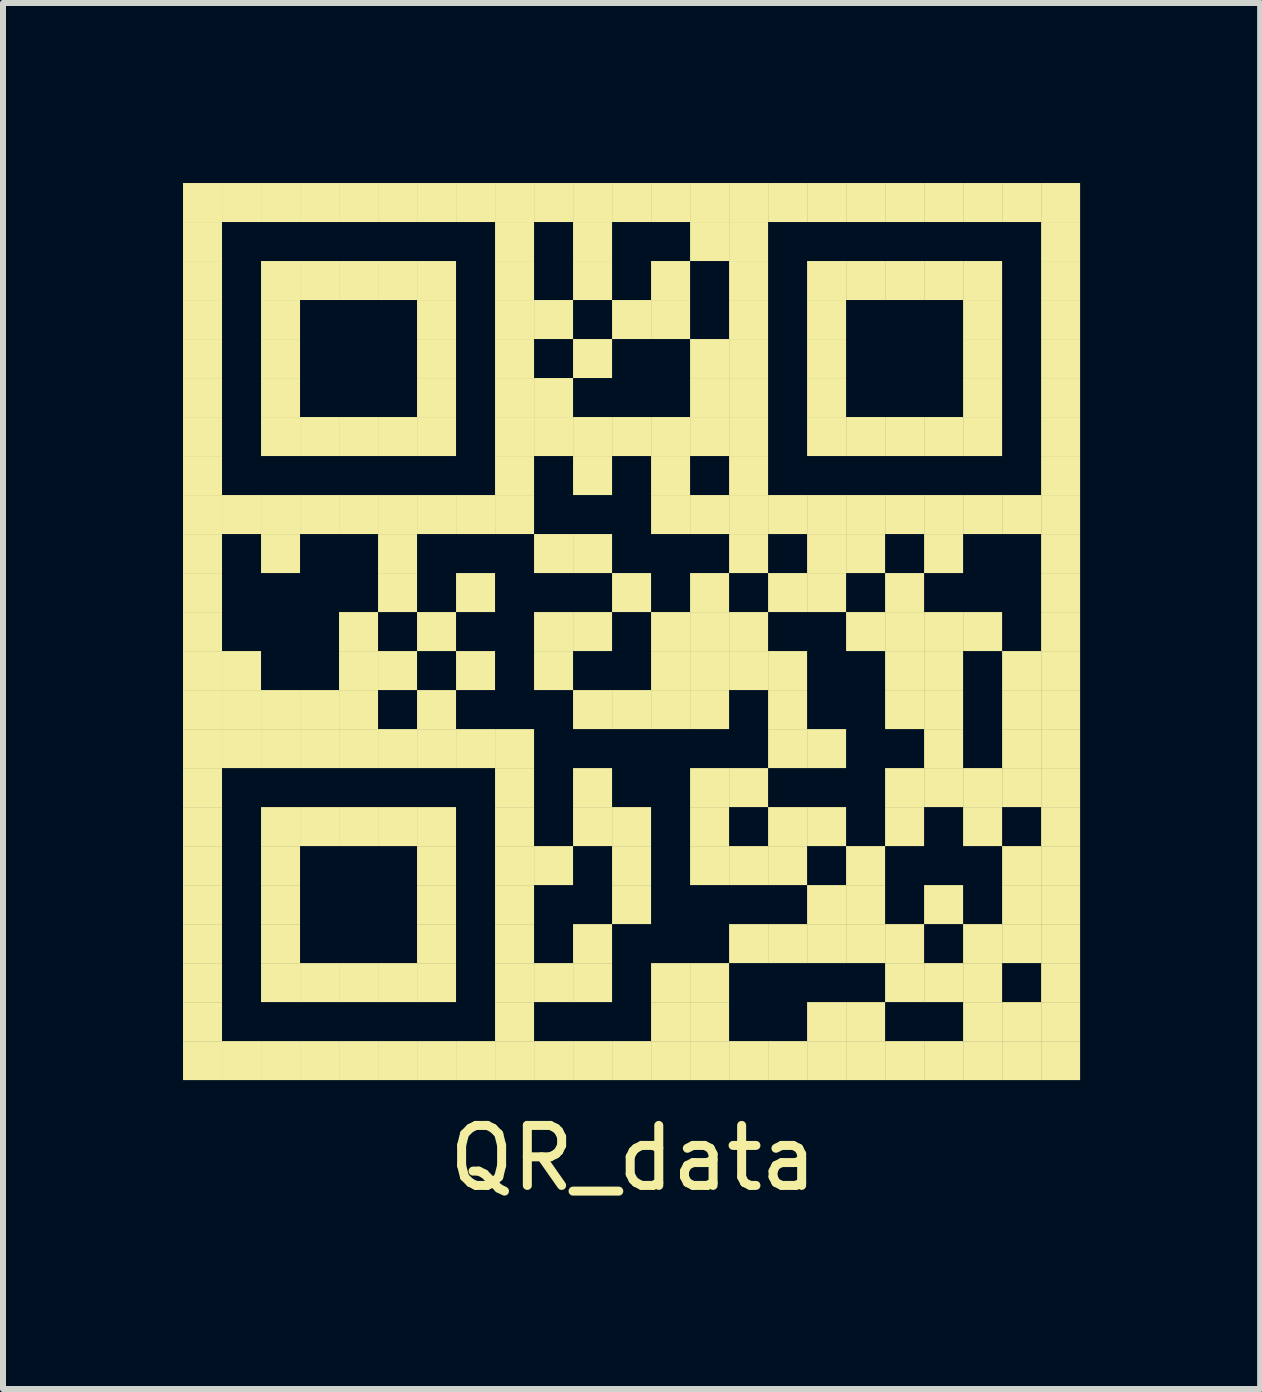
<source format=kicad_pcb>
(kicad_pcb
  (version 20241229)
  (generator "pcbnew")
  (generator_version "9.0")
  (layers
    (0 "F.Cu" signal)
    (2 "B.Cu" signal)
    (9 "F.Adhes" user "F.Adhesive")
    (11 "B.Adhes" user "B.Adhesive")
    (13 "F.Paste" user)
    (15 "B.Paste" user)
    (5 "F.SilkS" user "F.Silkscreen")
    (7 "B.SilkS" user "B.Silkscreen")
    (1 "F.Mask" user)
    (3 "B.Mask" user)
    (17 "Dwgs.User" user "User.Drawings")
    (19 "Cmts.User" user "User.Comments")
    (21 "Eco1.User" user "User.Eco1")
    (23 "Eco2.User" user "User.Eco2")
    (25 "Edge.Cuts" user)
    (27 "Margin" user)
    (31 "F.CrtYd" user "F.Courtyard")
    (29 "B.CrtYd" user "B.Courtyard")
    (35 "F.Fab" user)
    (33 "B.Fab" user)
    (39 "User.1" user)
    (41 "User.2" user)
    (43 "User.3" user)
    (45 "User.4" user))
  (footprint "QR_data"
    (layer "F.Cu")
    (at 7.5 7.5)
    (property "Reference" "QR_data" (at 0 8.75 0) (layer "F.SilkS") (effects (font (size 1 1) (thickness 0.15))))
    (attr exclude_from_pos_files exclude_from_bom allow_missing_courtyard)
    (fp_poly (pts (xy -7.5 -7.5) (xy -7.5 -6.85) (xy -6.85 -6.85) (xy -6.85 -7.5)) (stroke (width 0) (type solid)) (fill yes) (layer "F.SilkS"))
    (fp_poly (pts (xy -7.5 -6.85) (xy -7.5 -6.2) (xy -6.85 -6.2) (xy -6.85 -6.85)) (stroke (width 0) (type solid)) (fill yes) (layer "F.SilkS"))
    (fp_poly (pts (xy -7.5 -6.2) (xy -7.5 -5.55) (xy -6.85 -5.55) (xy -6.85 -6.2)) (stroke (width 0) (type solid)) (fill yes) (layer "F.SilkS"))
    (fp_poly (pts (xy -7.5 -5.55) (xy -7.5 -4.9) (xy -6.85 -4.9) (xy -6.85 -5.55)) (stroke (width 0) (type solid)) (fill yes) (layer "F.SilkS"))
    (fp_poly (pts (xy -7.5 -4.9) (xy -7.5 -4.25) (xy -6.85 -4.25) (xy -6.85 -4.9)) (stroke (width 0) (type solid)) (fill yes) (layer "F.SilkS"))
    (fp_poly (pts (xy -7.5 -4.25) (xy -7.5 -3.6) (xy -6.85 -3.6) (xy -6.85 -4.25)) (stroke (width 0) (type solid)) (fill yes) (layer "F.SilkS"))
    (fp_poly (pts (xy -7.5 -3.6) (xy -7.5 -2.95) (xy -6.85 -2.95) (xy -6.85 -3.6)) (stroke (width 0) (type solid)) (fill yes) (layer "F.SilkS"))
    (fp_poly (pts (xy -7.5 -2.95) (xy -7.5 -2.3) (xy -6.85 -2.3) (xy -6.85 -2.95)) (stroke (width 0) (type solid)) (fill yes) (layer "F.SilkS"))
    (fp_poly (pts (xy -7.5 -2.3) (xy -7.5 -1.65) (xy -6.85 -1.65) (xy -6.85 -2.3)) (stroke (width 0) (type solid)) (fill yes) (layer "F.SilkS"))
    (fp_poly (pts (xy -7.5 -1.65) (xy -7.5 -1) (xy -6.85 -1) (xy -6.85 -1.65)) (stroke (width 0) (type solid)) (fill yes) (layer "F.SilkS"))
    (fp_poly (pts (xy -7.5 -1) (xy -7.5 -0.35) (xy -6.85 -0.35) (xy -6.85 -1)) (stroke (width 0) (type solid)) (fill yes) (layer "F.SilkS"))
    (fp_poly (pts (xy -7.5 -0.35) (xy -7.5 0.3) (xy -6.85 0.3) (xy -6.85 -0.35)) (stroke (width 0) (type solid)) (fill yes) (layer "F.SilkS"))
    (fp_poly (pts (xy -7.5 0.3) (xy -7.5 0.95) (xy -6.85 0.95) (xy -6.85 0.3)) (stroke (width 0) (type solid)) (fill yes) (layer "F.SilkS"))
    (fp_poly (pts (xy -7.5 0.95) (xy -7.5 1.6) (xy -6.85 1.6) (xy -6.85 0.95)) (stroke (width 0) (type solid)) (fill yes) (layer "F.SilkS"))
    (fp_poly (pts (xy -7.5 1.6) (xy -7.5 2.25) (xy -6.85 2.25) (xy -6.85 1.6)) (stroke (width 0) (type solid)) (fill yes) (layer "F.SilkS"))
    (fp_poly (pts (xy -7.5 2.25) (xy -7.5 2.9) (xy -6.85 2.9) (xy -6.85 2.25)) (stroke (width 0) (type solid)) (fill yes) (layer "F.SilkS"))
    (fp_poly (pts (xy -7.5 2.9) (xy -7.5 3.55) (xy -6.85 3.55) (xy -6.85 2.9)) (stroke (width 0) (type solid)) (fill yes) (layer "F.SilkS"))
    (fp_poly (pts (xy -7.5 3.55) (xy -7.5 4.2) (xy -6.85 4.2) (xy -6.85 3.55)) (stroke (width 0) (type solid)) (fill yes) (layer "F.SilkS"))
    (fp_poly (pts (xy -7.5 4.2) (xy -7.5 4.85) (xy -6.85 4.85) (xy -6.85 4.2)) (stroke (width 0) (type solid)) (fill yes) (layer "F.SilkS"))
    (fp_poly (pts (xy -7.5 4.85) (xy -7.5 5.5) (xy -6.85 5.5) (xy -6.85 4.85)) (stroke (width 0) (type solid)) (fill yes) (layer "F.SilkS"))
    (fp_poly (pts (xy -7.5 5.5) (xy -7.5 6.15) (xy -6.85 6.15) (xy -6.85 5.5)) (stroke (width 0) (type solid)) (fill yes) (layer "F.SilkS"))
    (fp_poly (pts (xy -7.5 6.15) (xy -7.5 6.8) (xy -6.85 6.8) (xy -6.85 6.15)) (stroke (width 0) (type solid)) (fill yes) (layer "F.SilkS"))
    (fp_poly (pts (xy -7.5 6.8) (xy -7.5 7.45) (xy -6.85 7.45) (xy -6.85 6.8)) (stroke (width 0) (type solid)) (fill yes) (layer "F.SilkS"))
    (fp_poly (pts (xy -6.85 -7.5) (xy -6.85 -6.85) (xy -6.2 -6.85) (xy -6.2 -7.5)) (stroke (width 0) (type solid)) (fill yes) (layer "F.SilkS"))
    (fp_poly (pts (xy -6.85 -2.3) (xy -6.85 -1.65) (xy -6.2 -1.65) (xy -6.2 -2.3)) (stroke (width 0) (type solid)) (fill yes) (layer "F.SilkS"))
    (fp_poly (pts (xy -6.85 0.3) (xy -6.85 0.95) (xy -6.2 0.95) (xy -6.2 0.3)) (stroke (width 0) (type solid)) (fill yes) (layer "F.SilkS"))
    (fp_poly (pts (xy -6.85 0.95) (xy -6.85 1.6) (xy -6.2 1.6) (xy -6.2 0.95)) (stroke (width 0) (type solid)) (fill yes) (layer "F.SilkS"))
    (fp_poly (pts (xy -6.85 1.6) (xy -6.85 2.25) (xy -6.2 2.25) (xy -6.2 1.6)) (stroke (width 0) (type solid)) (fill yes) (layer "F.SilkS"))
    (fp_poly (pts (xy -6.85 6.8) (xy -6.85 7.45) (xy -6.2 7.45) (xy -6.2 6.8)) (stroke (width 0) (type solid)) (fill yes) (layer "F.SilkS"))
    (fp_poly (pts (xy -6.2 -7.5) (xy -6.2 -6.85) (xy -5.55 -6.85) (xy -5.55 -7.5)) (stroke (width 0) (type solid)) (fill yes) (layer "F.SilkS"))
    (fp_poly (pts (xy -6.2 -6.2) (xy -6.2 -5.55) (xy -5.55 -5.55) (xy -5.55 -6.2)) (stroke (width 0) (type solid)) (fill yes) (layer "F.SilkS"))
    (fp_poly (pts (xy -6.2 -5.55) (xy -6.2 -4.9) (xy -5.55 -4.9) (xy -5.55 -5.55)) (stroke (width 0) (type solid)) (fill yes) (layer "F.SilkS"))
    (fp_poly (pts (xy -6.2 -4.9) (xy -6.2 -4.25) (xy -5.55 -4.25) (xy -5.55 -4.9)) (stroke (width 0) (type solid)) (fill yes) (layer "F.SilkS"))
    (fp_poly (pts (xy -6.2 -4.25) (xy -6.2 -3.6) (xy -5.55 -3.6) (xy -5.55 -4.25)) (stroke (width 0) (type solid)) (fill yes) (layer "F.SilkS"))
    (fp_poly (pts (xy -6.2 -3.6) (xy -6.2 -2.95) (xy -5.55 -2.95) (xy -5.55 -3.6)) (stroke (width 0) (type solid)) (fill yes) (layer "F.SilkS"))
    (fp_poly (pts (xy -6.2 -2.3) (xy -6.2 -1.65) (xy -5.55 -1.65) (xy -5.55 -2.3)) (stroke (width 0) (type solid)) (fill yes) (layer "F.SilkS"))
    (fp_poly (pts (xy -6.2 -1.65) (xy -6.2 -1) (xy -5.55 -1) (xy -5.55 -1.65)) (stroke (width 0) (type solid)) (fill yes) (layer "F.SilkS"))
    (fp_poly (pts (xy -6.2 0.95) (xy -6.2 1.6) (xy -5.55 1.6) (xy -5.55 0.95)) (stroke (width 0) (type solid)) (fill yes) (layer "F.SilkS"))
    (fp_poly (pts (xy -6.2 1.6) (xy -6.2 2.25) (xy -5.55 2.25) (xy -5.55 1.6)) (stroke (width 0) (type solid)) (fill yes) (layer "F.SilkS"))
    (fp_poly (pts (xy -6.2 2.9) (xy -6.2 3.55) (xy -5.55 3.55) (xy -5.55 2.9)) (stroke (width 0) (type solid)) (fill yes) (layer "F.SilkS"))
    (fp_poly (pts (xy -6.2 3.55) (xy -6.2 4.2) (xy -5.55 4.2) (xy -5.55 3.55)) (stroke (width 0) (type solid)) (fill yes) (layer "F.SilkS"))
    (fp_poly (pts (xy -6.2 4.2) (xy -6.2 4.85) (xy -5.55 4.85) (xy -5.55 4.2)) (stroke (width 0) (type solid)) (fill yes) (layer "F.SilkS"))
    (fp_poly (pts (xy -6.2 4.85) (xy -6.2 5.5) (xy -5.55 5.5) (xy -5.55 4.85)) (stroke (width 0) (type solid)) (fill yes) (layer "F.SilkS"))
    (fp_poly (pts (xy -6.2 5.5) (xy -6.2 6.15) (xy -5.55 6.15) (xy -5.55 5.5)) (stroke (width 0) (type solid)) (fill yes) (layer "F.SilkS"))
    (fp_poly (pts (xy -6.2 6.8) (xy -6.2 7.45) (xy -5.55 7.45) (xy -5.55 6.8)) (stroke (width 0) (type solid)) (fill yes) (layer "F.SilkS"))
    (fp_poly (pts (xy -5.55 -7.5) (xy -5.55 -6.85) (xy -4.9 -6.85) (xy -4.9 -7.5)) (stroke (width 0) (type solid)) (fill yes) (layer "F.SilkS"))
    (fp_poly (pts (xy -5.55 -6.2) (xy -5.55 -5.55) (xy -4.9 -5.55) (xy -4.9 -6.2)) (stroke (width 0) (type solid)) (fill yes) (layer "F.SilkS"))
    (fp_poly (pts (xy -5.55 -3.6) (xy -5.55 -2.95) (xy -4.9 -2.95) (xy -4.9 -3.6)) (stroke (width 0) (type solid)) (fill yes) (layer "F.SilkS"))
    (fp_poly (pts (xy -5.55 -2.3) (xy -5.55 -1.65) (xy -4.9 -1.65) (xy -4.9 -2.3)) (stroke (width 0) (type solid)) (fill yes) (layer "F.SilkS"))
    (fp_poly (pts (xy -5.55 0.95) (xy -5.55 1.6) (xy -4.9 1.6) (xy -4.9 0.95)) (stroke (width 0) (type solid)) (fill yes) (layer "F.SilkS"))
    (fp_poly (pts (xy -5.55 1.6) (xy -5.55 2.25) (xy -4.9 2.25) (xy -4.9 1.6)) (stroke (width 0) (type solid)) (fill yes) (layer "F.SilkS"))
    (fp_poly (pts (xy -5.55 2.9) (xy -5.55 3.55) (xy -4.9 3.55) (xy -4.9 2.9)) (stroke (width 0) (type solid)) (fill yes) (layer "F.SilkS"))
    (fp_poly (pts (xy -5.55 5.5) (xy -5.55 6.15) (xy -4.9 6.15) (xy -4.9 5.5)) (stroke (width 0) (type solid)) (fill yes) (layer "F.SilkS"))
    (fp_poly (pts (xy -5.55 6.8) (xy -5.55 7.45) (xy -4.9 7.45) (xy -4.9 6.8)) (stroke (width 0) (type solid)) (fill yes) (layer "F.SilkS"))
    (fp_poly (pts (xy -4.9 -7.5) (xy -4.9 -6.85) (xy -4.25 -6.85) (xy -4.25 -7.5)) (stroke (width 0) (type solid)) (fill yes) (layer "F.SilkS"))
    (fp_poly (pts (xy -4.9 -6.2) (xy -4.9 -5.55) (xy -4.25 -5.55) (xy -4.25 -6.2)) (stroke (width 0) (type solid)) (fill yes) (layer "F.SilkS"))
    (fp_poly (pts (xy -4.9 -3.6) (xy -4.9 -2.95) (xy -4.25 -2.95) (xy -4.25 -3.6)) (stroke (width 0) (type solid)) (fill yes) (layer "F.SilkS"))
    (fp_poly (pts (xy -4.9 -2.3) (xy -4.9 -1.65) (xy -4.25 -1.65) (xy -4.25 -2.3)) (stroke (width 0) (type solid)) (fill yes) (layer "F.SilkS"))
    (fp_poly (pts (xy -4.9 -0.35) (xy -4.9 0.3) (xy -4.25 0.3) (xy -4.25 -0.35)) (stroke (width 0) (type solid)) (fill yes) (layer "F.SilkS"))
    (fp_poly (pts (xy -4.9 0.3) (xy -4.9 0.95) (xy -4.25 0.95) (xy -4.25 0.3)) (stroke (width 0) (type solid)) (fill yes) (layer "F.SilkS"))
    (fp_poly (pts (xy -4.9 0.95) (xy -4.9 1.6) (xy -4.25 1.6) (xy -4.25 0.95)) (stroke (width 0) (type solid)) (fill yes) (layer "F.SilkS"))
    (fp_poly (pts (xy -4.9 1.6) (xy -4.9 2.25) (xy -4.25 2.25) (xy -4.25 1.6)) (stroke (width 0) (type solid)) (fill yes) (layer "F.SilkS"))
    (fp_poly (pts (xy -4.9 2.9) (xy -4.9 3.55) (xy -4.25 3.55) (xy -4.25 2.9)) (stroke (width 0) (type solid)) (fill yes) (layer "F.SilkS"))
    (fp_poly (pts (xy -4.9 5.5) (xy -4.9 6.15) (xy -4.25 6.15) (xy -4.25 5.5)) (stroke (width 0) (type solid)) (fill yes) (layer "F.SilkS"))
    (fp_poly (pts (xy -4.9 6.8) (xy -4.9 7.45) (xy -4.25 7.45) (xy -4.25 6.8)) (stroke (width 0) (type solid)) (fill yes) (layer "F.SilkS"))
    (fp_poly (pts (xy -4.25 -7.5) (xy -4.25 -6.85) (xy -3.6 -6.85) (xy -3.6 -7.5)) (stroke (width 0) (type solid)) (fill yes) (layer "F.SilkS"))
    (fp_poly (pts (xy -4.25 -6.2) (xy -4.25 -5.55) (xy -3.6 -5.55) (xy -3.6 -6.2)) (stroke (width 0) (type solid)) (fill yes) (layer "F.SilkS"))
    (fp_poly (pts (xy -4.25 -3.6) (xy -4.25 -2.95) (xy -3.6 -2.95) (xy -3.6 -3.6)) (stroke (width 0) (type solid)) (fill yes) (layer "F.SilkS"))
    (fp_poly (pts (xy -4.25 -2.3) (xy -4.25 -1.65) (xy -3.6 -1.65) (xy -3.6 -2.3)) (stroke (width 0) (type solid)) (fill yes) (layer "F.SilkS"))
    (fp_poly (pts (xy -4.25 -1.65) (xy -4.25 -1) (xy -3.6 -1) (xy -3.6 -1.65)) (stroke (width 0) (type solid)) (fill yes) (layer "F.SilkS"))
    (fp_poly (pts (xy -4.25 -1) (xy -4.25 -0.35) (xy -3.6 -0.35) (xy -3.6 -1)) (stroke (width 0) (type solid)) (fill yes) (layer "F.SilkS"))
    (fp_poly (pts (xy -4.25 0.3) (xy -4.25 0.95) (xy -3.6 0.95) (xy -3.6 0.3)) (stroke (width 0) (type solid)) (fill yes) (layer "F.SilkS"))
    (fp_poly (pts (xy -4.25 1.6) (xy -4.25 2.25) (xy -3.6 2.25) (xy -3.6 1.6)) (stroke (width 0) (type solid)) (fill yes) (layer "F.SilkS"))
    (fp_poly (pts (xy -4.25 2.9) (xy -4.25 3.55) (xy -3.6 3.55) (xy -3.6 2.9)) (stroke (width 0) (type solid)) (fill yes) (layer "F.SilkS"))
    (fp_poly (pts (xy -4.25 5.5) (xy -4.25 6.15) (xy -3.6 6.15) (xy -3.6 5.5)) (stroke (width 0) (type solid)) (fill yes) (layer "F.SilkS"))
    (fp_poly (pts (xy -4.25 6.8) (xy -4.25 7.45) (xy -3.6 7.45) (xy -3.6 6.8)) (stroke (width 0) (type solid)) (fill yes) (layer "F.SilkS"))
    (fp_poly (pts (xy -3.6 -7.5) (xy -3.6 -6.85) (xy -2.95 -6.85) (xy -2.95 -7.5)) (stroke (width 0) (type solid)) (fill yes) (layer "F.SilkS"))
    (fp_poly (pts (xy -3.6 -6.2) (xy -3.6 -5.55) (xy -2.95 -5.55) (xy -2.95 -6.2)) (stroke (width 0) (type solid)) (fill yes) (layer "F.SilkS"))
    (fp_poly (pts (xy -3.6 -5.55) (xy -3.6 -4.9) (xy -2.95 -4.9) (xy -2.95 -5.55)) (stroke (width 0) (type solid)) (fill yes) (layer "F.SilkS"))
    (fp_poly (pts (xy -3.6 -4.9) (xy -3.6 -4.25) (xy -2.95 -4.25) (xy -2.95 -4.9)) (stroke (width 0) (type solid)) (fill yes) (layer "F.SilkS"))
    (fp_poly (pts (xy -3.6 -4.25) (xy -3.6 -3.6) (xy -2.95 -3.6) (xy -2.95 -4.25)) (stroke (width 0) (type solid)) (fill yes) (layer "F.SilkS"))
    (fp_poly (pts (xy -3.6 -3.6) (xy -3.6 -2.95) (xy -2.95 -2.95) (xy -2.95 -3.6)) (stroke (width 0) (type solid)) (fill yes) (layer "F.SilkS"))
    (fp_poly (pts (xy -3.6 -2.3) (xy -3.6 -1.65) (xy -2.95 -1.65) (xy -2.95 -2.3)) (stroke (width 0) (type solid)) (fill yes) (layer "F.SilkS"))
    (fp_poly (pts (xy -3.6 -0.35) (xy -3.6 0.3) (xy -2.95 0.3) (xy -2.95 -0.35)) (stroke (width 0) (type solid)) (fill yes) (layer "F.SilkS"))
    (fp_poly (pts (xy -3.6 0.95) (xy -3.6 1.6) (xy -2.95 1.6) (xy -2.95 0.95)) (stroke (width 0) (type solid)) (fill yes) (layer "F.SilkS"))
    (fp_poly (pts (xy -3.6 1.6) (xy -3.6 2.25) (xy -2.95 2.25) (xy -2.95 1.6)) (stroke (width 0) (type solid)) (fill yes) (layer "F.SilkS"))
    (fp_poly (pts (xy -3.6 2.9) (xy -3.6 3.55) (xy -2.95 3.55) (xy -2.95 2.9)) (stroke (width 0) (type solid)) (fill yes) (layer "F.SilkS"))
    (fp_poly (pts (xy -3.6 3.55) (xy -3.6 4.2) (xy -2.95 4.2) (xy -2.95 3.55)) (stroke (width 0) (type solid)) (fill yes) (layer "F.SilkS"))
    (fp_poly (pts (xy -3.6 4.2) (xy -3.6 4.85) (xy -2.95 4.85) (xy -2.95 4.2)) (stroke (width 0) (type solid)) (fill yes) (layer "F.SilkS"))
    (fp_poly (pts (xy -3.6 4.85) (xy -3.6 5.5) (xy -2.95 5.5) (xy -2.95 4.85)) (stroke (width 0) (type solid)) (fill yes) (layer "F.SilkS"))
    (fp_poly (pts (xy -3.6 5.5) (xy -3.6 6.15) (xy -2.95 6.15) (xy -2.95 5.5)) (stroke (width 0) (type solid)) (fill yes) (layer "F.SilkS"))
    (fp_poly (pts (xy -3.6 6.8) (xy -3.6 7.45) (xy -2.95 7.45) (xy -2.95 6.8)) (stroke (width 0) (type solid)) (fill yes) (layer "F.SilkS"))
    (fp_poly (pts (xy -2.95 -7.5) (xy -2.95 -6.85) (xy -2.3 -6.85) (xy -2.3 -7.5)) (stroke (width 0) (type solid)) (fill yes) (layer "F.SilkS"))
    (fp_poly (pts (xy -2.95 -2.3) (xy -2.95 -1.65) (xy -2.3 -1.65) (xy -2.3 -2.3)) (stroke (width 0) (type solid)) (fill yes) (layer "F.SilkS"))
    (fp_poly (pts (xy -2.95 -1) (xy -2.95 -0.35) (xy -2.3 -0.35) (xy -2.3 -1)) (stroke (width 0) (type solid)) (fill yes) (layer "F.SilkS"))
    (fp_poly (pts (xy -2.95 0.3) (xy -2.95 0.95) (xy -2.3 0.95) (xy -2.3 0.3)) (stroke (width 0) (type solid)) (fill yes) (layer "F.SilkS"))
    (fp_poly (pts (xy -2.95 1.6) (xy -2.95 2.25) (xy -2.3 2.25) (xy -2.3 1.6)) (stroke (width 0) (type solid)) (fill yes) (layer "F.SilkS"))
    (fp_poly (pts (xy -2.95 6.8) (xy -2.95 7.45) (xy -2.3 7.45) (xy -2.3 6.8)) (stroke (width 0) (type solid)) (fill yes) (layer "F.SilkS"))
    (fp_poly (pts (xy -2.3 -7.5) (xy -2.3 -6.85) (xy -1.65 -6.85) (xy -1.65 -7.5)) (stroke (width 0) (type solid)) (fill yes) (layer "F.SilkS"))
    (fp_poly (pts (xy -2.3 -6.85) (xy -2.3 -6.2) (xy -1.65 -6.2) (xy -1.65 -6.85)) (stroke (width 0) (type solid)) (fill yes) (layer "F.SilkS"))
    (fp_poly (pts (xy -2.3 -6.2) (xy -2.3 -5.55) (xy -1.65 -5.55) (xy -1.65 -6.2)) (stroke (width 0) (type solid)) (fill yes) (layer "F.SilkS"))
    (fp_poly (pts (xy -2.3 -5.55) (xy -2.3 -4.9) (xy -1.65 -4.9) (xy -1.65 -5.55)) (stroke (width 0) (type solid)) (fill yes) (layer "F.SilkS"))
    (fp_poly (pts (xy -2.3 -4.9) (xy -2.3 -4.25) (xy -1.65 -4.25) (xy -1.65 -4.9)) (stroke (width 0) (type solid)) (fill yes) (layer "F.SilkS"))
    (fp_poly (pts (xy -2.3 -4.25) (xy -2.3 -3.6) (xy -1.65 -3.6) (xy -1.65 -4.25)) (stroke (width 0) (type solid)) (fill yes) (layer "F.SilkS"))
    (fp_poly (pts (xy -2.3 -3.6) (xy -2.3 -2.95) (xy -1.65 -2.95) (xy -1.65 -3.6)) (stroke (width 0) (type solid)) (fill yes) (layer "F.SilkS"))
    (fp_poly (pts (xy -2.3 -2.95) (xy -2.3 -2.3) (xy -1.65 -2.3) (xy -1.65 -2.95)) (stroke (width 0) (type solid)) (fill yes) (layer "F.SilkS"))
    (fp_poly (pts (xy -2.3 -2.3) (xy -2.3 -1.65) (xy -1.65 -1.65) (xy -1.65 -2.3)) (stroke (width 0) (type solid)) (fill yes) (layer "F.SilkS"))
    (fp_poly (pts (xy -2.3 1.6) (xy -2.3 2.25) (xy -1.65 2.25) (xy -1.65 1.6)) (stroke (width 0) (type solid)) (fill yes) (layer "F.SilkS"))
    (fp_poly (pts (xy -2.3 2.25) (xy -2.3 2.9) (xy -1.65 2.9) (xy -1.65 2.25)) (stroke (width 0) (type solid)) (fill yes) (layer "F.SilkS"))
    (fp_poly (pts (xy -2.3 2.9) (xy -2.3 3.55) (xy -1.65 3.55) (xy -1.65 2.9)) (stroke (width 0) (type solid)) (fill yes) (layer "F.SilkS"))
    (fp_poly (pts (xy -2.3 3.55) (xy -2.3 4.2) (xy -1.65 4.2) (xy -1.65 3.55)) (stroke (width 0) (type solid)) (fill yes) (layer "F.SilkS"))
    (fp_poly (pts (xy -2.3 4.2) (xy -2.3 4.85) (xy -1.65 4.85) (xy -1.65 4.2)) (stroke (width 0) (type solid)) (fill yes) (layer "F.SilkS"))
    (fp_poly (pts (xy -2.3 4.85) (xy -2.3 5.5) (xy -1.65 5.5) (xy -1.65 4.85)) (stroke (width 0) (type solid)) (fill yes) (layer "F.SilkS"))
    (fp_poly (pts (xy -2.3 5.5) (xy -2.3 6.15) (xy -1.65 6.15) (xy -1.65 5.5)) (stroke (width 0) (type solid)) (fill yes) (layer "F.SilkS"))
    (fp_poly (pts (xy -2.3 6.15) (xy -2.3 6.8) (xy -1.65 6.8) (xy -1.65 6.15)) (stroke (width 0) (type solid)) (fill yes) (layer "F.SilkS"))
    (fp_poly (pts (xy -2.3 6.8) (xy -2.3 7.45) (xy -1.65 7.45) (xy -1.65 6.8)) (stroke (width 0) (type solid)) (fill yes) (layer "F.SilkS"))
    (fp_poly (pts (xy -1.65 -7.5) (xy -1.65 -6.85) (xy -1 -6.85) (xy -1 -7.5)) (stroke (width 0) (type solid)) (fill yes) (layer "F.SilkS"))
    (fp_poly (pts (xy -1.65 -5.55) (xy -1.65 -4.9) (xy -1 -4.9) (xy -1 -5.55)) (stroke (width 0) (type solid)) (fill yes) (layer "F.SilkS"))
    (fp_poly (pts (xy -1.65 -4.25) (xy -1.65 -3.6) (xy -1 -3.6) (xy -1 -4.25)) (stroke (width 0) (type solid)) (fill yes) (layer "F.SilkS"))
    (fp_poly (pts (xy -1.65 -3.6) (xy -1.65 -2.95) (xy -1 -2.95) (xy -1 -3.6)) (stroke (width 0) (type solid)) (fill yes) (layer "F.SilkS"))
    (fp_poly (pts (xy -1.65 -1.65) (xy -1.65 -1) (xy -1 -1) (xy -1 -1.65)) (stroke (width 0) (type solid)) (fill yes) (layer "F.SilkS"))
    (fp_poly (pts (xy -1.65 -0.35) (xy -1.65 0.3) (xy -1 0.3) (xy -1 -0.35)) (stroke (width 0) (type solid)) (fill yes) (layer "F.SilkS"))
    (fp_poly (pts (xy -1.65 0.3) (xy -1.65 0.95) (xy -1 0.95) (xy -1 0.3)) (stroke (width 0) (type solid)) (fill yes) (layer "F.SilkS"))
    (fp_poly (pts (xy -1.65 3.55) (xy -1.65 4.2) (xy -1 4.2) (xy -1 3.55)) (stroke (width 0) (type solid)) (fill yes) (layer "F.SilkS"))
    (fp_poly (pts (xy -1.65 5.5) (xy -1.65 6.15) (xy -1 6.15) (xy -1 5.5)) (stroke (width 0) (type solid)) (fill yes) (layer "F.SilkS"))
    (fp_poly (pts (xy -1.65 6.8) (xy -1.65 7.45) (xy -1 7.45) (xy -1 6.8)) (stroke (width 0) (type solid)) (fill yes) (layer "F.SilkS"))
    (fp_poly (pts (xy -1 -7.5) (xy -1 -6.85) (xy -0.35 -6.85) (xy -0.35 -7.5)) (stroke (width 0) (type solid)) (fill yes) (layer "F.SilkS"))
    (fp_poly (pts (xy -1 -6.85) (xy -1 -6.2) (xy -0.35 -6.2) (xy -0.35 -6.85)) (stroke (width 0) (type solid)) (fill yes) (layer "F.SilkS"))
    (fp_poly (pts (xy -1 -6.2) (xy -1 -5.55) (xy -0.35 -5.55) (xy -0.35 -6.2)) (stroke (width 0) (type solid)) (fill yes) (layer "F.SilkS"))
    (fp_poly (pts (xy -1 -4.9) (xy -1 -4.25) (xy -0.35 -4.25) (xy -0.35 -4.9)) (stroke (width 0) (type solid)) (fill yes) (layer "F.SilkS"))
    (fp_poly (pts (xy -1 -3.6) (xy -1 -2.95) (xy -0.35 -2.95) (xy -0.35 -3.6)) (stroke (width 0) (type solid)) (fill yes) (layer "F.SilkS"))
    (fp_poly (pts (xy -1 -2.95) (xy -1 -2.3) (xy -0.35 -2.3) (xy -0.35 -2.95)) (stroke (width 0) (type solid)) (fill yes) (layer "F.SilkS"))
    (fp_poly (pts (xy -1 -1.65) (xy -1 -1) (xy -0.35 -1) (xy -0.35 -1.65)) (stroke (width 0) (type solid)) (fill yes) (layer "F.SilkS"))
    (fp_poly (pts (xy -1 -0.35) (xy -1 0.3) (xy -0.35 0.3) (xy -0.35 -0.35)) (stroke (width 0) (type solid)) (fill yes) (layer "F.SilkS"))
    (fp_poly (pts (xy -1 0.95) (xy -1 1.6) (xy -0.35 1.6) (xy -0.35 0.95)) (stroke (width 0) (type solid)) (fill yes) (layer "F.SilkS"))
    (fp_poly (pts (xy -1 2.25) (xy -1 2.9) (xy -0.35 2.9) (xy -0.35 2.25)) (stroke (width 0) (type solid)) (fill yes) (layer "F.SilkS"))
    (fp_poly (pts (xy -1 2.9) (xy -1 3.55) (xy -0.35 3.55) (xy -0.35 2.9)) (stroke (width 0) (type solid)) (fill yes) (layer "F.SilkS"))
    (fp_poly (pts (xy -1 4.85) (xy -1 5.5) (xy -0.35 5.5) (xy -0.35 4.85)) (stroke (width 0) (type solid)) (fill yes) (layer "F.SilkS"))
    (fp_poly (pts (xy -1 5.5) (xy -1 6.15) (xy -0.35 6.15) (xy -0.35 5.5)) (stroke (width 0) (type solid)) (fill yes) (layer "F.SilkS"))
    (fp_poly (pts (xy -1 6.8) (xy -1 7.45) (xy -0.35 7.45) (xy -0.35 6.8)) (stroke (width 0) (type solid)) (fill yes) (layer "F.SilkS"))
    (fp_poly (pts (xy -0.35 -7.5) (xy -0.35 -6.85) (xy 0.3 -6.85) (xy 0.3 -7.5)) (stroke (width 0) (type solid)) (fill yes) (layer "F.SilkS"))
    (fp_poly (pts (xy -0.35 -5.55) (xy -0.35 -4.9) (xy 0.3 -4.9) (xy 0.3 -5.55)) (stroke (width 0) (type solid)) (fill yes) (layer "F.SilkS"))
    (fp_poly (pts (xy -0.35 -3.6) (xy -0.35 -2.95) (xy 0.3 -2.95) (xy 0.3 -3.6)) (stroke (width 0) (type solid)) (fill yes) (layer "F.SilkS"))
    (fp_poly (pts (xy -0.35 -1) (xy -0.35 -0.35) (xy 0.3 -0.35) (xy 0.3 -1)) (stroke (width 0) (type solid)) (fill yes) (layer "F.SilkS"))
    (fp_poly (pts (xy -0.35 0.95) (xy -0.35 1.6) (xy 0.3 1.6) (xy 0.3 0.95)) (stroke (width 0) (type solid)) (fill yes) (layer "F.SilkS"))
    (fp_poly (pts (xy -0.35 2.9) (xy -0.35 3.55) (xy 0.3 3.55) (xy 0.3 2.9)) (stroke (width 0) (type solid)) (fill yes) (layer "F.SilkS"))
    (fp_poly (pts (xy -0.35 3.55) (xy -0.35 4.2) (xy 0.3 4.2) (xy 0.3 3.55)) (stroke (width 0) (type solid)) (fill yes) (layer "F.SilkS"))
    (fp_poly (pts (xy -0.35 4.2) (xy -0.35 4.85) (xy 0.3 4.85) (xy 0.3 4.2)) (stroke (width 0) (type solid)) (fill yes) (layer "F.SilkS"))
    (fp_poly (pts (xy -0.35 6.8) (xy -0.35 7.45) (xy 0.3 7.45) (xy 0.3 6.8)) (stroke (width 0) (type solid)) (fill yes) (layer "F.SilkS"))
    (fp_poly (pts (xy 0.3 -7.5) (xy 0.3 -6.85) (xy 0.95 -6.85) (xy 0.95 -7.5)) (stroke (width 0) (type solid)) (fill yes) (layer "F.SilkS"))
    (fp_poly (pts (xy 0.3 -6.2) (xy 0.3 -5.55) (xy 0.95 -5.55) (xy 0.95 -6.2)) (stroke (width 0) (type solid)) (fill yes) (layer "F.SilkS"))
    (fp_poly (pts (xy 0.3 -5.55) (xy 0.3 -4.9) (xy 0.95 -4.9) (xy 0.95 -5.55)) (stroke (width 0) (type solid)) (fill yes) (layer "F.SilkS"))
    (fp_poly (pts (xy 0.3 -3.6) (xy 0.3 -2.95) (xy 0.95 -2.95) (xy 0.95 -3.6)) (stroke (width 0) (type solid)) (fill yes) (layer "F.SilkS"))
    (fp_poly (pts (xy 0.3 -2.95) (xy 0.3 -2.3) (xy 0.95 -2.3) (xy 0.95 -2.95)) (stroke (width 0) (type solid)) (fill yes) (layer "F.SilkS"))
    (fp_poly (pts (xy 0.3 -2.3) (xy 0.3 -1.65) (xy 0.95 -1.65) (xy 0.95 -2.3)) (stroke (width 0) (type solid)) (fill yes) (layer "F.SilkS"))
    (fp_poly (pts (xy 0.3 -0.35) (xy 0.3 0.3) (xy 0.95 0.3) (xy 0.95 -0.35)) (stroke (width 0) (type solid)) (fill yes) (layer "F.SilkS"))
    (fp_poly (pts (xy 0.3 0.3) (xy 0.3 0.95) (xy 0.95 0.95) (xy 0.95 0.3)) (stroke (width 0) (type solid)) (fill yes) (layer "F.SilkS"))
    (fp_poly (pts (xy 0.3 0.95) (xy 0.3 1.6) (xy 0.95 1.6) (xy 0.95 0.95)) (stroke (width 0) (type solid)) (fill yes) (layer "F.SilkS"))
    (fp_poly (pts (xy 0.3 5.5) (xy 0.3 6.15) (xy 0.95 6.15) (xy 0.95 5.5)) (stroke (width 0) (type solid)) (fill yes) (layer "F.SilkS"))
    (fp_poly (pts (xy 0.3 6.15) (xy 0.3 6.8) (xy 0.95 6.8) (xy 0.95 6.15)) (stroke (width 0) (type solid)) (fill yes) (layer "F.SilkS"))
    (fp_poly (pts (xy 0.3 6.8) (xy 0.3 7.45) (xy 0.95 7.45) (xy 0.95 6.8)) (stroke (width 0) (type solid)) (fill yes) (layer "F.SilkS"))
    (fp_poly (pts (xy 0.95 -7.5) (xy 0.95 -6.85) (xy 1.6 -6.85) (xy 1.6 -7.5)) (stroke (width 0) (type solid)) (fill yes) (layer "F.SilkS"))
    (fp_poly (pts (xy 0.95 -6.85) (xy 0.95 -6.2) (xy 1.6 -6.2) (xy 1.6 -6.85)) (stroke (width 0) (type solid)) (fill yes) (layer "F.SilkS"))
    (fp_poly (pts (xy 0.95 -4.9) (xy 0.95 -4.25) (xy 1.6 -4.25) (xy 1.6 -4.9)) (stroke (width 0) (type solid)) (fill yes) (layer "F.SilkS"))
    (fp_poly (pts (xy 0.95 -4.25) (xy 0.95 -3.6) (xy 1.6 -3.6) (xy 1.6 -4.25)) (stroke (width 0) (type solid)) (fill yes) (layer "F.SilkS"))
    (fp_poly (pts (xy 0.95 -3.6) (xy 0.95 -2.95) (xy 1.6 -2.95) (xy 1.6 -3.6)) (stroke (width 0) (type solid)) (fill yes) (layer "F.SilkS"))
    (fp_poly (pts (xy 0.95 -2.3) (xy 0.95 -1.65) (xy 1.6 -1.65) (xy 1.6 -2.3)) (stroke (width 0) (type solid)) (fill yes) (layer "F.SilkS"))
    (fp_poly (pts (xy 0.95 -1) (xy 0.95 -0.35) (xy 1.6 -0.35) (xy 1.6 -1)) (stroke (width 0) (type solid)) (fill yes) (layer "F.SilkS"))
    (fp_poly (pts (xy 0.95 -0.35) (xy 0.95 0.3) (xy 1.6 0.3) (xy 1.6 -0.35)) (stroke (width 0) (type solid)) (fill yes) (layer "F.SilkS"))
    (fp_poly (pts (xy 0.95 0.3) (xy 0.95 0.95) (xy 1.6 0.95) (xy 1.6 0.3)) (stroke (width 0) (type solid)) (fill yes) (layer "F.SilkS"))
    (fp_poly (pts (xy 0.95 0.95) (xy 0.95 1.6) (xy 1.6 1.6) (xy 1.6 0.95)) (stroke (width 0) (type solid)) (fill yes) (layer "F.SilkS"))
    (fp_poly (pts (xy 0.95 2.25) (xy 0.95 2.9) (xy 1.6 2.9) (xy 1.6 2.25)) (stroke (width 0) (type solid)) (fill yes) (layer "F.SilkS"))
    (fp_poly (pts (xy 0.95 2.9) (xy 0.95 3.55) (xy 1.6 3.55) (xy 1.6 2.9)) (stroke (width 0) (type solid)) (fill yes) (layer "F.SilkS"))
    (fp_poly (pts (xy 0.95 3.55) (xy 0.95 4.2) (xy 1.6 4.2) (xy 1.6 3.55)) (stroke (width 0) (type solid)) (fill yes) (layer "F.SilkS"))
    (fp_poly (pts (xy 0.95 5.5) (xy 0.95 6.15) (xy 1.6 6.15) (xy 1.6 5.5)) (stroke (width 0) (type solid)) (fill yes) (layer "F.SilkS"))
    (fp_poly (pts (xy 0.95 6.15) (xy 0.95 6.8) (xy 1.6 6.8) (xy 1.6 6.15)) (stroke (width 0) (type solid)) (fill yes) (layer "F.SilkS"))
    (fp_poly (pts (xy 0.95 6.8) (xy 0.95 7.45) (xy 1.6 7.45) (xy 1.6 6.8)) (stroke (width 0) (type solid)) (fill yes) (layer "F.SilkS"))
    (fp_poly (pts (xy 1.6 -7.5) (xy 1.6 -6.85) (xy 2.25 -6.85) (xy 2.25 -7.5)) (stroke (width 0) (type solid)) (fill yes) (layer "F.SilkS"))
    (fp_poly (pts (xy 1.6 -6.85) (xy 1.6 -6.2) (xy 2.25 -6.2) (xy 2.25 -6.85)) (stroke (width 0) (type solid)) (fill yes) (layer "F.SilkS"))
    (fp_poly (pts (xy 1.6 -6.2) (xy 1.6 -5.55) (xy 2.25 -5.55) (xy 2.25 -6.2)) (stroke (width 0) (type solid)) (fill yes) (layer "F.SilkS"))
    (fp_poly (pts (xy 1.6 -5.55) (xy 1.6 -4.9) (xy 2.25 -4.9) (xy 2.25 -5.55)) (stroke (width 0) (type solid)) (fill yes) (layer "F.SilkS"))
    (fp_poly (pts (xy 1.6 -4.9) (xy 1.6 -4.25) (xy 2.25 -4.25) (xy 2.25 -4.9)) (stroke (width 0) (type solid)) (fill yes) (layer "F.SilkS"))
    (fp_poly (pts (xy 1.6 -4.25) (xy 1.6 -3.6) (xy 2.25 -3.6) (xy 2.25 -4.25)) (stroke (width 0) (type solid)) (fill yes) (layer "F.SilkS"))
    (fp_poly (pts (xy 1.6 -3.6) (xy 1.6 -2.95) (xy 2.25 -2.95) (xy 2.25 -3.6)) (stroke (width 0) (type solid)) (fill yes) (layer "F.SilkS"))
    (fp_poly (pts (xy 1.6 -2.95) (xy 1.6 -2.3) (xy 2.25 -2.3) (xy 2.25 -2.95)) (stroke (width 0) (type solid)) (fill yes) (layer "F.SilkS"))
    (fp_poly (pts (xy 1.6 -2.3) (xy 1.6 -1.65) (xy 2.25 -1.65) (xy 2.25 -2.3)) (stroke (width 0) (type solid)) (fill yes) (layer "F.SilkS"))
    (fp_poly (pts (xy 1.6 -1.65) (xy 1.6 -1) (xy 2.25 -1) (xy 2.25 -1.65)) (stroke (width 0) (type solid)) (fill yes) (layer "F.SilkS"))
    (fp_poly (pts (xy 1.6 -0.35) (xy 1.6 0.3) (xy 2.25 0.3) (xy 2.25 -0.35)) (stroke (width 0) (type solid)) (fill yes) (layer "F.SilkS"))
    (fp_poly (pts (xy 1.6 0.3) (xy 1.6 0.95) (xy 2.25 0.95) (xy 2.25 0.3)) (stroke (width 0) (type solid)) (fill yes) (layer "F.SilkS"))
    (fp_poly (pts (xy 1.6 2.25) (xy 1.6 2.9) (xy 2.25 2.9) (xy 2.25 2.25)) (stroke (width 0) (type solid)) (fill yes) (layer "F.SilkS"))
    (fp_poly (pts (xy 1.6 3.55) (xy 1.6 4.2) (xy 2.25 4.2) (xy 2.25 3.55)) (stroke (width 0) (type solid)) (fill yes) (layer "F.SilkS"))
    (fp_poly (pts (xy 1.6 4.85) (xy 1.6 5.5) (xy 2.25 5.5) (xy 2.25 4.85)) (stroke (width 0) (type solid)) (fill yes) (layer "F.SilkS"))
    (fp_poly (pts (xy 1.6 6.8) (xy 1.6 7.45) (xy 2.25 7.45) (xy 2.25 6.8)) (stroke (width 0) (type solid)) (fill yes) (layer "F.SilkS"))
    (fp_poly (pts (xy 2.25 -7.5) (xy 2.25 -6.85) (xy 2.9 -6.85) (xy 2.9 -7.5)) (stroke (width 0) (type solid)) (fill yes) (layer "F.SilkS"))
    (fp_poly (pts (xy 2.25 -2.3) (xy 2.25 -1.65) (xy 2.9 -1.65) (xy 2.9 -2.3)) (stroke (width 0) (type solid)) (fill yes) (layer "F.SilkS"))
    (fp_poly (pts (xy 2.25 -1) (xy 2.25 -0.35) (xy 2.9 -0.35) (xy 2.9 -1)) (stroke (width 0) (type solid)) (fill yes) (layer "F.SilkS"))
    (fp_poly (pts (xy 2.25 0.3) (xy 2.25 0.95) (xy 2.9 0.95) (xy 2.9 0.3)) (stroke (width 0) (type solid)) (fill yes) (layer "F.SilkS"))
    (fp_poly (pts (xy 2.25 0.95) (xy 2.25 1.6) (xy 2.9 1.6) (xy 2.9 0.95)) (stroke (width 0) (type solid)) (fill yes) (layer "F.SilkS"))
    (fp_poly (pts (xy 2.25 1.6) (xy 2.25 2.25) (xy 2.9 2.25) (xy 2.9 1.6)) (stroke (width 0) (type solid)) (fill yes) (layer "F.SilkS"))
    (fp_poly (pts (xy 2.25 2.9) (xy 2.25 3.55) (xy 2.9 3.55) (xy 2.9 2.9)) (stroke (width 0) (type solid)) (fill yes) (layer "F.SilkS"))
    (fp_poly (pts (xy 2.25 3.55) (xy 2.25 4.2) (xy 2.9 4.2) (xy 2.9 3.55)) (stroke (width 0) (type solid)) (fill yes) (layer "F.SilkS"))
    (fp_poly (pts (xy 2.25 4.85) (xy 2.25 5.5) (xy 2.9 5.5) (xy 2.9 4.85)) (stroke (width 0) (type solid)) (fill yes) (layer "F.SilkS"))
    (fp_poly (pts (xy 2.25 6.8) (xy 2.25 7.45) (xy 2.9 7.45) (xy 2.9 6.8)) (stroke (width 0) (type solid)) (fill yes) (layer "F.SilkS"))
    (fp_poly (pts (xy 2.9 -7.5) (xy 2.9 -6.85) (xy 3.55 -6.85) (xy 3.55 -7.5)) (stroke (width 0) (type solid)) (fill yes) (layer "F.SilkS"))
    (fp_poly (pts (xy 2.9 -6.2) (xy 2.9 -5.55) (xy 3.55 -5.55) (xy 3.55 -6.2)) (stroke (width 0) (type solid)) (fill yes) (layer "F.SilkS"))
    (fp_poly (pts (xy 2.9 -5.55) (xy 2.9 -4.9) (xy 3.55 -4.9) (xy 3.55 -5.55)) (stroke (width 0) (type solid)) (fill yes) (layer "F.SilkS"))
    (fp_poly (pts (xy 2.9 -4.9) (xy 2.9 -4.25) (xy 3.55 -4.25) (xy 3.55 -4.9)) (stroke (width 0) (type solid)) (fill yes) (layer "F.SilkS"))
    (fp_poly (pts (xy 2.9 -4.25) (xy 2.9 -3.6) (xy 3.55 -3.6) (xy 3.55 -4.25)) (stroke (width 0) (type solid)) (fill yes) (layer "F.SilkS"))
    (fp_poly (pts (xy 2.9 -3.6) (xy 2.9 -2.95) (xy 3.55 -2.95) (xy 3.55 -3.6)) (stroke (width 0) (type solid)) (fill yes) (layer "F.SilkS"))
    (fp_poly (pts (xy 2.9 -2.3) (xy 2.9 -1.65) (xy 3.55 -1.65) (xy 3.55 -2.3)) (stroke (width 0) (type solid)) (fill yes) (layer "F.SilkS"))
    (fp_poly (pts (xy 2.9 -1.65) (xy 2.9 -1) (xy 3.55 -1) (xy 3.55 -1.65)) (stroke (width 0) (type solid)) (fill yes) (layer "F.SilkS"))
    (fp_poly (pts (xy 2.9 -1) (xy 2.9 -0.35) (xy 3.55 -0.35) (xy 3.55 -1)) (stroke (width 0) (type solid)) (fill yes) (layer "F.SilkS"))
    (fp_poly (pts (xy 2.9 1.6) (xy 2.9 2.25) (xy 3.55 2.25) (xy 3.55 1.6)) (stroke (width 0) (type solid)) (fill yes) (layer "F.SilkS"))
    (fp_poly (pts (xy 2.9 2.9) (xy 2.9 3.55) (xy 3.55 3.55) (xy 3.55 2.9)) (stroke (width 0) (type solid)) (fill yes) (layer "F.SilkS"))
    (fp_poly (pts (xy 2.9 4.2) (xy 2.9 4.85) (xy 3.55 4.85) (xy 3.55 4.2)) (stroke (width 0) (type solid)) (fill yes) (layer "F.SilkS"))
    (fp_poly (pts (xy 2.9 4.85) (xy 2.9 5.5) (xy 3.55 5.5) (xy 3.55 4.85)) (stroke (width 0) (type solid)) (fill yes) (layer "F.SilkS"))
    (fp_poly (pts (xy 2.9 6.15) (xy 2.9 6.8) (xy 3.55 6.8) (xy 3.55 6.15)) (stroke (width 0) (type solid)) (fill yes) (layer "F.SilkS"))
    (fp_poly (pts (xy 2.9 6.8) (xy 2.9 7.45) (xy 3.55 7.45) (xy 3.55 6.8)) (stroke (width 0) (type solid)) (fill yes) (layer "F.SilkS"))
    (fp_poly (pts (xy 3.55 -7.5) (xy 3.55 -6.85) (xy 4.2 -6.85) (xy 4.2 -7.5)) (stroke (width 0) (type solid)) (fill yes) (layer "F.SilkS"))
    (fp_poly (pts (xy 3.55 -6.2) (xy 3.55 -5.55) (xy 4.2 -5.55) (xy 4.2 -6.2)) (stroke (width 0) (type solid)) (fill yes) (layer "F.SilkS"))
    (fp_poly (pts (xy 3.55 -3.6) (xy 3.55 -2.95) (xy 4.2 -2.95) (xy 4.2 -3.6)) (stroke (width 0) (type solid)) (fill yes) (layer "F.SilkS"))
    (fp_poly (pts (xy 3.55 -2.3) (xy 3.55 -1.65) (xy 4.2 -1.65) (xy 4.2 -2.3)) (stroke (width 0) (type solid)) (fill yes) (layer "F.SilkS"))
    (fp_poly (pts (xy 3.55 -1.65) (xy 3.55 -1) (xy 4.2 -1) (xy 4.2 -1.65)) (stroke (width 0) (type solid)) (fill yes) (layer "F.SilkS"))
    (fp_poly (pts (xy 3.55 -0.35) (xy 3.55 0.3) (xy 4.2 0.3) (xy 4.2 -0.35)) (stroke (width 0) (type solid)) (fill yes) (layer "F.SilkS"))
    (fp_poly (pts (xy 3.55 3.55) (xy 3.55 4.2) (xy 4.2 4.2) (xy 4.2 3.55)) (stroke (width 0) (type solid)) (fill yes) (layer "F.SilkS"))
    (fp_poly (pts (xy 3.55 4.2) (xy 3.55 4.85) (xy 4.2 4.85) (xy 4.2 4.2)) (stroke (width 0) (type solid)) (fill yes) (layer "F.SilkS"))
    (fp_poly (pts (xy 3.55 4.85) (xy 3.55 5.5) (xy 4.2 5.5) (xy 4.2 4.85)) (stroke (width 0) (type solid)) (fill yes) (layer "F.SilkS"))
    (fp_poly (pts (xy 3.55 6.15) (xy 3.55 6.8) (xy 4.2 6.8) (xy 4.2 6.15)) (stroke (width 0) (type solid)) (fill yes) (layer "F.SilkS"))
    (fp_poly (pts (xy 3.55 6.8) (xy 3.55 7.45) (xy 4.2 7.45) (xy 4.2 6.8)) (stroke (width 0) (type solid)) (fill yes) (layer "F.SilkS"))
    (fp_poly (pts (xy 4.2 -7.5) (xy 4.2 -6.85) (xy 4.85 -6.85) (xy 4.85 -7.5)) (stroke (width 0) (type solid)) (fill yes) (layer "F.SilkS"))
    (fp_poly (pts (xy 4.2 -6.2) (xy 4.2 -5.55) (xy 4.85 -5.55) (xy 4.85 -6.2)) (stroke (width 0) (type solid)) (fill yes) (layer "F.SilkS"))
    (fp_poly (pts (xy 4.2 -3.6) (xy 4.2 -2.95) (xy 4.85 -2.95) (xy 4.85 -3.6)) (stroke (width 0) (type solid)) (fill yes) (layer "F.SilkS"))
    (fp_poly (pts (xy 4.2 -2.3) (xy 4.2 -1.65) (xy 4.85 -1.65) (xy 4.85 -2.3)) (stroke (width 0) (type solid)) (fill yes) (layer "F.SilkS"))
    (fp_poly (pts (xy 4.2 -1) (xy 4.2 -0.35) (xy 4.85 -0.35) (xy 4.85 -1)) (stroke (width 0) (type solid)) (fill yes) (layer "F.SilkS"))
    (fp_poly (pts (xy 4.2 -0.35) (xy 4.2 0.3) (xy 4.85 0.3) (xy 4.85 -0.35)) (stroke (width 0) (type solid)) (fill yes) (layer "F.SilkS"))
    (fp_poly (pts (xy 4.2 0.3) (xy 4.2 0.95) (xy 4.85 0.95) (xy 4.85 0.3)) (stroke (width 0) (type solid)) (fill yes) (layer "F.SilkS"))
    (fp_poly (pts (xy 4.2 0.95) (xy 4.2 1.6) (xy 4.85 1.6) (xy 4.85 0.95)) (stroke (width 0) (type solid)) (fill yes) (layer "F.SilkS"))
    (fp_poly (pts (xy 4.2 2.25) (xy 4.2 2.9) (xy 4.85 2.9) (xy 4.85 2.25)) (stroke (width 0) (type solid)) (fill yes) (layer "F.SilkS"))
    (fp_poly (pts (xy 4.2 2.9) (xy 4.2 3.55) (xy 4.85 3.55) (xy 4.85 2.9)) (stroke (width 0) (type solid)) (fill yes) (layer "F.SilkS"))
    (fp_poly (pts (xy 4.2 4.85) (xy 4.2 5.5) (xy 4.85 5.5) (xy 4.85 4.85)) (stroke (width 0) (type solid)) (fill yes) (layer "F.SilkS"))
    (fp_poly (pts (xy 4.2 5.5) (xy 4.2 6.15) (xy 4.85 6.15) (xy 4.85 5.5)) (stroke (width 0) (type solid)) (fill yes) (layer "F.SilkS"))
    (fp_poly (pts (xy 4.2 6.8) (xy 4.2 7.45) (xy 4.85 7.45) (xy 4.85 6.8)) (stroke (width 0) (type solid)) (fill yes) (layer "F.SilkS"))
    (fp_poly (pts (xy 4.85 -7.5) (xy 4.85 -6.85) (xy 5.5 -6.85) (xy 5.5 -7.5)) (stroke (width 0) (type solid)) (fill yes) (layer "F.SilkS"))
    (fp_poly (pts (xy 4.85 -6.2) (xy 4.85 -5.55) (xy 5.5 -5.55) (xy 5.5 -6.2)) (stroke (width 0) (type solid)) (fill yes) (layer "F.SilkS"))
    (fp_poly (pts (xy 4.85 -3.6) (xy 4.85 -2.95) (xy 5.5 -2.95) (xy 5.5 -3.6)) (stroke (width 0) (type solid)) (fill yes) (layer "F.SilkS"))
    (fp_poly (pts (xy 4.85 -2.3) (xy 4.85 -1.65) (xy 5.5 -1.65) (xy 5.5 -2.3)) (stroke (width 0) (type solid)) (fill yes) (layer "F.SilkS"))
    (fp_poly (pts (xy 4.85 -1.65) (xy 4.85 -1) (xy 5.5 -1) (xy 5.5 -1.65)) (stroke (width 0) (type solid)) (fill yes) (layer "F.SilkS"))
    (fp_poly (pts (xy 4.85 -0.35) (xy 4.85 0.3) (xy 5.5 0.3) (xy 5.5 -0.35)) (stroke (width 0) (type solid)) (fill yes) (layer "F.SilkS"))
    (fp_poly (pts (xy 4.85 0.3) (xy 4.85 0.95) (xy 5.5 0.95) (xy 5.5 0.3)) (stroke (width 0) (type solid)) (fill yes) (layer "F.SilkS"))
    (fp_poly (pts (xy 4.85 0.95) (xy 4.85 1.6) (xy 5.5 1.6) (xy 5.5 0.95)) (stroke (width 0) (type solid)) (fill yes) (layer "F.SilkS"))
    (fp_poly (pts (xy 4.85 1.6) (xy 4.85 2.25) (xy 5.5 2.25) (xy 5.5 1.6)) (stroke (width 0) (type solid)) (fill yes) (layer "F.SilkS"))
    (fp_poly (pts (xy 4.85 2.25) (xy 4.85 2.9) (xy 5.5 2.9) (xy 5.5 2.25)) (stroke (width 0) (type solid)) (fill yes) (layer "F.SilkS"))
    (fp_poly (pts (xy 4.85 4.2) (xy 4.85 4.85) (xy 5.5 4.85) (xy 5.5 4.2)) (stroke (width 0) (type solid)) (fill yes) (layer "F.SilkS"))
    (fp_poly (pts (xy 4.85 5.5) (xy 4.85 6.15) (xy 5.5 6.15) (xy 5.5 5.5)) (stroke (width 0) (type solid)) (fill yes) (layer "F.SilkS"))
    (fp_poly (pts (xy 4.85 6.8) (xy 4.85 7.45) (xy 5.5 7.45) (xy 5.5 6.8)) (stroke (width 0) (type solid)) (fill yes) (layer "F.SilkS"))
    (fp_poly (pts (xy 5.5 -7.5) (xy 5.5 -6.85) (xy 6.15 -6.85) (xy 6.15 -7.5)) (stroke (width 0) (type solid)) (fill yes) (layer "F.SilkS"))
    (fp_poly (pts (xy 5.5 -6.2) (xy 5.5 -5.55) (xy 6.15 -5.55) (xy 6.15 -6.2)) (stroke (width 0) (type solid)) (fill yes) (layer "F.SilkS"))
    (fp_poly (pts (xy 5.5 -5.55) (xy 5.5 -4.9) (xy 6.15 -4.9) (xy 6.15 -5.55)) (stroke (width 0) (type solid)) (fill yes) (layer "F.SilkS"))
    (fp_poly (pts (xy 5.5 -4.9) (xy 5.5 -4.25) (xy 6.15 -4.25) (xy 6.15 -4.9)) (stroke (width 0) (type solid)) (fill yes) (layer "F.SilkS"))
    (fp_poly (pts (xy 5.5 -4.25) (xy 5.5 -3.6) (xy 6.15 -3.6) (xy 6.15 -4.25)) (stroke (width 0) (type solid)) (fill yes) (layer "F.SilkS"))
    (fp_poly (pts (xy 5.5 -3.6) (xy 5.5 -2.95) (xy 6.15 -2.95) (xy 6.15 -3.6)) (stroke (width 0) (type solid)) (fill yes) (layer "F.SilkS"))
    (fp_poly (pts (xy 5.5 -2.3) (xy 5.5 -1.65) (xy 6.15 -1.65) (xy 6.15 -2.3)) (stroke (width 0) (type solid)) (fill yes) (layer "F.SilkS"))
    (fp_poly (pts (xy 5.5 -0.35) (xy 5.5 0.3) (xy 6.15 0.3) (xy 6.15 -0.35)) (stroke (width 0) (type solid)) (fill yes) (layer "F.SilkS"))
    (fp_poly (pts (xy 5.5 2.25) (xy 5.5 2.9) (xy 6.15 2.9) (xy 6.15 2.25)) (stroke (width 0) (type solid)) (fill yes) (layer "F.SilkS"))
    (fp_poly (pts (xy 5.5 2.9) (xy 5.5 3.55) (xy 6.15 3.55) (xy 6.15 2.9)) (stroke (width 0) (type solid)) (fill yes) (layer "F.SilkS"))
    (fp_poly (pts (xy 5.5 4.85) (xy 5.5 5.5) (xy 6.15 5.5) (xy 6.15 4.85)) (stroke (width 0) (type solid)) (fill yes) (layer "F.SilkS"))
    (fp_poly (pts (xy 5.5 5.5) (xy 5.5 6.15) (xy 6.15 6.15) (xy 6.15 5.5)) (stroke (width 0) (type solid)) (fill yes) (layer "F.SilkS"))
    (fp_poly (pts (xy 5.5 6.15) (xy 5.5 6.8) (xy 6.15 6.8) (xy 6.15 6.15)) (stroke (width 0) (type solid)) (fill yes) (layer "F.SilkS"))
    (fp_poly (pts (xy 5.5 6.8) (xy 5.5 7.45) (xy 6.15 7.45) (xy 6.15 6.8)) (stroke (width 0) (type solid)) (fill yes) (layer "F.SilkS"))
    (fp_poly (pts (xy 6.15 -7.5) (xy 6.15 -6.85) (xy 6.8 -6.85) (xy 6.8 -7.5)) (stroke (width 0) (type solid)) (fill yes) (layer "F.SilkS"))
    (fp_poly (pts (xy 6.15 -2.3) (xy 6.15 -1.65) (xy 6.8 -1.65) (xy 6.8 -2.3)) (stroke (width 0) (type solid)) (fill yes) (layer "F.SilkS"))
    (fp_poly (pts (xy 6.15 0.3) (xy 6.15 0.95) (xy 6.8 0.95) (xy 6.8 0.3)) (stroke (width 0) (type solid)) (fill yes) (layer "F.SilkS"))
    (fp_poly (pts (xy 6.15 0.95) (xy 6.15 1.6) (xy 6.8 1.6) (xy 6.8 0.95)) (stroke (width 0) (type solid)) (fill yes) (layer "F.SilkS"))
    (fp_poly (pts (xy 6.15 1.6) (xy 6.15 2.25) (xy 6.8 2.25) (xy 6.8 1.6)) (stroke (width 0) (type solid)) (fill yes) (layer "F.SilkS"))
    (fp_poly (pts (xy 6.15 2.25) (xy 6.15 2.9) (xy 6.8 2.9) (xy 6.8 2.25)) (stroke (width 0) (type solid)) (fill yes) (layer "F.SilkS"))
    (fp_poly (pts (xy 6.15 3.55) (xy 6.15 4.2) (xy 6.8 4.2) (xy 6.8 3.55)) (stroke (width 0) (type solid)) (fill yes) (layer "F.SilkS"))
    (fp_poly (pts (xy 6.15 4.2) (xy 6.15 4.85) (xy 6.8 4.85) (xy 6.8 4.2)) (stroke (width 0) (type solid)) (fill yes) (layer "F.SilkS"))
    (fp_poly (pts (xy 6.15 4.85) (xy 6.15 5.5) (xy 6.8 5.5) (xy 6.8 4.85)) (stroke (width 0) (type solid)) (fill yes) (layer "F.SilkS"))
    (fp_poly (pts (xy 6.15 6.15) (xy 6.15 6.8) (xy 6.8 6.8) (xy 6.8 6.15)) (stroke (width 0) (type solid)) (fill yes) (layer "F.SilkS"))
    (fp_poly (pts (xy 6.15 6.8) (xy 6.15 7.45) (xy 6.8 7.45) (xy 6.8 6.8)) (stroke (width 0) (type solid)) (fill yes) (layer "F.SilkS"))
    (fp_poly (pts (xy 6.8 -7.5) (xy 6.8 -6.85) (xy 7.45 -6.85) (xy 7.45 -7.5)) (stroke (width 0) (type solid)) (fill yes) (layer "F.SilkS"))
    (fp_poly (pts (xy 6.8 -6.85) (xy 6.8 -6.2) (xy 7.45 -6.2) (xy 7.45 -6.85)) (stroke (width 0) (type solid)) (fill yes) (layer "F.SilkS"))
    (fp_poly (pts (xy 6.8 -6.2) (xy 6.8 -5.55) (xy 7.45 -5.55) (xy 7.45 -6.2)) (stroke (width 0) (type solid)) (fill yes) (layer "F.SilkS"))
    (fp_poly (pts (xy 6.8 -5.55) (xy 6.8 -4.9) (xy 7.45 -4.9) (xy 7.45 -5.55)) (stroke (width 0) (type solid)) (fill yes) (layer "F.SilkS"))
    (fp_poly (pts (xy 6.8 -4.9) (xy 6.8 -4.25) (xy 7.45 -4.25) (xy 7.45 -4.9)) (stroke (width 0) (type solid)) (fill yes) (layer "F.SilkS"))
    (fp_poly (pts (xy 6.8 -4.25) (xy 6.8 -3.6) (xy 7.45 -3.6) (xy 7.45 -4.25)) (stroke (width 0) (type solid)) (fill yes) (layer "F.SilkS"))
    (fp_poly (pts (xy 6.8 -3.6) (xy 6.8 -2.95) (xy 7.45 -2.95) (xy 7.45 -3.6)) (stroke (width 0) (type solid)) (fill yes) (layer "F.SilkS"))
    (fp_poly (pts (xy 6.8 -2.95) (xy 6.8 -2.3) (xy 7.45 -2.3) (xy 7.45 -2.95)) (stroke (width 0) (type solid)) (fill yes) (layer "F.SilkS"))
    (fp_poly (pts (xy 6.8 -2.3) (xy 6.8 -1.65) (xy 7.45 -1.65) (xy 7.45 -2.3)) (stroke (width 0) (type solid)) (fill yes) (layer "F.SilkS"))
    (fp_poly (pts (xy 6.8 -1.65) (xy 6.8 -1) (xy 7.45 -1) (xy 7.45 -1.65)) (stroke (width 0) (type solid)) (fill yes) (layer "F.SilkS"))
    (fp_poly (pts (xy 6.8 -1) (xy 6.8 -0.35) (xy 7.45 -0.35) (xy 7.45 -1)) (stroke (width 0) (type solid)) (fill yes) (layer "F.SilkS"))
    (fp_poly (pts (xy 6.8 -0.35) (xy 6.8 0.3) (xy 7.45 0.3) (xy 7.45 -0.35)) (stroke (width 0) (type solid)) (fill yes) (layer "F.SilkS"))
    (fp_poly (pts (xy 6.8 0.3) (xy 6.8 0.95) (xy 7.45 0.95) (xy 7.45 0.3)) (stroke (width 0) (type solid)) (fill yes) (layer "F.SilkS"))
    (fp_poly (pts (xy 6.8 0.95) (xy 6.8 1.6) (xy 7.45 1.6) (xy 7.45 0.95)) (stroke (width 0) (type solid)) (fill yes) (layer "F.SilkS"))
    (fp_poly (pts (xy 6.8 1.6) (xy 6.8 2.25) (xy 7.45 2.25) (xy 7.45 1.6)) (stroke (width 0) (type solid)) (fill yes) (layer "F.SilkS"))
    (fp_poly (pts (xy 6.8 2.25) (xy 6.8 2.9) (xy 7.45 2.9) (xy 7.45 2.25)) (stroke (width 0) (type solid)) (fill yes) (layer "F.SilkS"))
    (fp_poly (pts (xy 6.8 2.9) (xy 6.8 3.55) (xy 7.45 3.55) (xy 7.45 2.9)) (stroke (width 0) (type solid)) (fill yes) (layer "F.SilkS"))
    (fp_poly (pts (xy 6.8 3.55) (xy 6.8 4.2) (xy 7.45 4.2) (xy 7.45 3.55)) (stroke (width 0) (type solid)) (fill yes) (layer "F.SilkS"))
    (fp_poly (pts (xy 6.8 4.2) (xy 6.8 4.85) (xy 7.45 4.85) (xy 7.45 4.2)) (stroke (width 0) (type solid)) (fill yes) (layer "F.SilkS"))
    (fp_poly (pts (xy 6.8 4.85) (xy 6.8 5.5) (xy 7.45 5.5) (xy 7.45 4.85)) (stroke (width 0) (type solid)) (fill yes) (layer "F.SilkS"))
    (fp_poly (pts (xy 6.8 5.5) (xy 6.8 6.15) (xy 7.45 6.15) (xy 7.45 5.5)) (stroke (width 0) (type solid)) (fill yes) (layer "F.SilkS"))
    (fp_poly (pts (xy 6.8 6.15) (xy 6.8 6.8) (xy 7.45 6.8) (xy 7.45 6.15)) (stroke (width 0) (type solid)) (fill yes) (layer "F.SilkS"))
    (fp_poly (pts (xy 6.8 6.8) (xy 6.8 7.45) (xy 7.45 7.45) (xy 7.45 6.8)) (stroke (width 0) (type solid)) (fill yes) (layer "F.SilkS")))
  (gr_rect
    (start -3 -3)
    (end 17.95 20.098)
    (stroke (width 0.1) (type default))
    (fill no)
    (layer "Edge.Cuts")))
</source>
